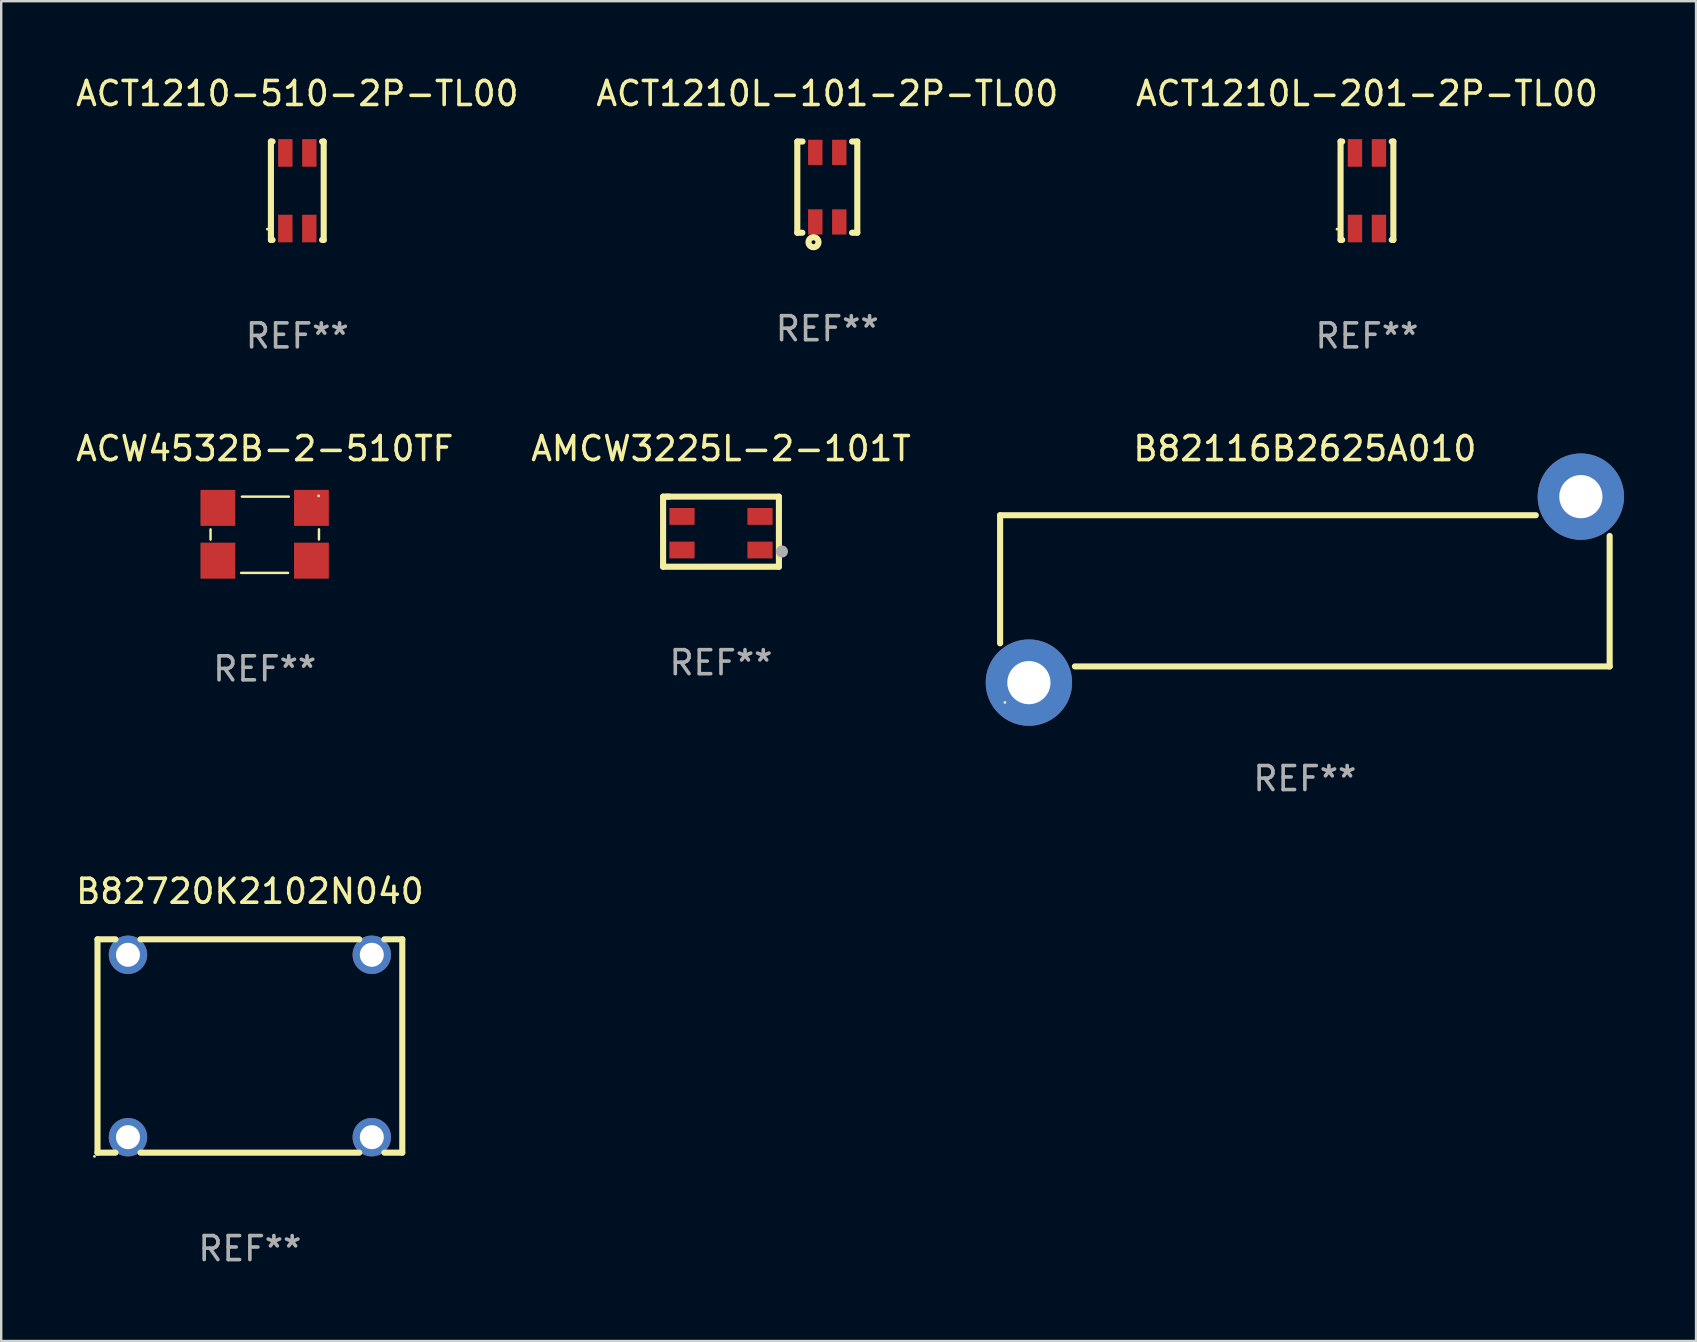
<source format=kicad_pcb>
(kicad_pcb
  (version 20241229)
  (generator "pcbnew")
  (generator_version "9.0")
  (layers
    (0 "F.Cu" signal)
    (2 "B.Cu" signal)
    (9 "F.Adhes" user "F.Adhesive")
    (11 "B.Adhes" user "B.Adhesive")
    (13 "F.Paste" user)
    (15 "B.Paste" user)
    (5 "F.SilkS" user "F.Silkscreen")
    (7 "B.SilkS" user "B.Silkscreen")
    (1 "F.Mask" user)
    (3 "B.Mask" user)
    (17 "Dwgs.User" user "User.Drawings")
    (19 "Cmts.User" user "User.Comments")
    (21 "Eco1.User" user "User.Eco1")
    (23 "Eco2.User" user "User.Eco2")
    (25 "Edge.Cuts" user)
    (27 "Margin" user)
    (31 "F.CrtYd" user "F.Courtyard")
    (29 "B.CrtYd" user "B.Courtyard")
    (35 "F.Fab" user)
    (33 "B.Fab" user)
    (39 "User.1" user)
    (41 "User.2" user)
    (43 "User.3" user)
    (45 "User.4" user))
  (footprint "AMCW3225L-2-101T"
    (layer "F.Cu")
    (at 26.994 19.105)
    (property "Reference" "AMCW3225L-2-101T" (at 0 -3.461 0) (layer "F.SilkS") (effects (font (size 1 1) (thickness 0.15))))
    (attr through_hole)
    (fp_line (start -2.413 -1.461) (end -2.159 -1.461) (stroke (width 0.254) (type solid)) (layer "F.SilkS"))
    (fp_line (start -2.413 1.461) (end -2.413 -1.461) (stroke (width 0.254) (type solid)) (layer "F.SilkS"))
    (fp_line (start -2.286 -1.461) (end 2.413 -1.461) (stroke (width 0.254) (type solid)) (layer "F.SilkS"))
    (fp_line (start 2.413 -1.461) (end 2.413 1.461) (stroke (width 0.254) (type solid)) (layer "F.SilkS"))
    (fp_line (start 2.413 1.461) (end -2.413 1.461) (stroke (width 0.254) (type solid)) (layer "F.SilkS"))
    (fp_circle (center 2.413 1.334) (end 2.443 1.334) (stroke (width 0.06) (type solid)) (fill no) (layer "F.SilkS"))
    (fp_circle (center 2.54 0.826) (end 2.667 0.826) (stroke (width 0.254) (type solid)) (fill no) (layer "F.Fab"))
    (fp_text user "REF**" (at 0 5.461 0) (layer "F.Fab") (effects (font (size 1 1) (thickness 0.15))))
    (pad "1" smd rect (at 1.625 0.764 180) (size 1.05 0.7) (layers "F.Cu" "F.Mask" "F.Paste"))
    (pad "2" smd rect (at -1.625 0.764 180) (size 1.05 0.7) (layers "F.Cu" "F.Mask" "F.Paste"))
    (pad "3" smd rect (at -1.625 -0.636 180) (size 1.05 0.7) (layers "F.Cu" "F.Mask" "F.Paste"))
    (pad "4" smd rect (at 1.625 -0.636 180) (size 1.05 0.7) (layers "F.Cu" "F.Mask" "F.Paste")))
  (footprint "B82116B2625A010"
    (layer "F.Cu")
    (at 51.324 21.52)
    (property "Reference" "B82116B2625A010" (at 0 -5.875 0) (layer "F.SilkS") (effects (font (size 1 1) (thickness 0.15))))
    (attr through_hole)
    (fp_line (start -12.7 -3.1) (end 9.623 -3.1) (stroke (width 0.254) (type solid)) (layer "F.SilkS"))
    (fp_line (start -12.7 2.237) (end -12.7 -3.1) (stroke (width 0.254) (type solid)) (layer "F.SilkS"))
    (fp_line (start 12.7 -2.237) (end 12.7 3.2) (stroke (width 0.254) (type solid)) (layer "F.SilkS"))
    (fp_line (start 12.7 3.2) (end -9.584 3.2) (stroke (width 0.254) (type solid)) (layer "F.SilkS"))
    (fp_circle (center -12.5 4.7) (end -12.47 4.7) (stroke (width 0.06) (type solid)) (fill no) (layer "F.SilkS"))
    (fp_text user "REF**" (at 0 7.875 0) (layer "F.Fab") (effects (font (size 1 1) (thickness 0.15))))
    (pad "1" thru_hole circle (at -11.5 3.875) (size 3.6 3.6) (drill 1.8) (layers "*.Cu" "*.Mask"))
    (pad "2" thru_hole circle (at 11.5 -3.875) (size 3.6 3.6) (drill 1.8) (layers "*.Cu" "*.Mask")))
  (footprint "ACW4532B-2-510TF"
    (layer "F.Cu")
    (at 7.982 19.234)
    (property "Reference" "ACW4532B-2-510TF" (at 0 -3.589 0) (layer "F.SilkS") (effects (font (size 1 1) (thickness 0.15))))
    (attr through_hole)
    (fp_line (start -2.259 -0.226) (end -2.259 0.201) (stroke (width 0.102) (type solid)) (layer "F.SilkS"))
    (fp_line (start -0.986 1.589) (end 0.972 1.589) (stroke (width 0.102) (type solid)) (layer "F.SilkS"))
    (fp_line (start -0.954 -1.589) (end 1.004 -1.589) (stroke (width 0.102) (type solid)) (layer "F.SilkS"))
    (fp_line (start 2.259 -0.229) (end 2.259 0.198) (stroke (width 0.102) (type solid)) (layer "F.SilkS"))
    (fp_circle (center 2.246 -1.621) (end 2.276 -1.621) (stroke (width 0.06) (type solid)) (fill no) (layer "F.SilkS"))
    (fp_text user "REF**" (at 0 5.589 0) (layer "F.Fab") (effects (font (size 1 1) (thickness 0.15))))
    (pad "1" smd rect (at 1.946 -1.121 180) (size 1.45 1.5) (layers "F.Cu" "F.Mask" "F.Paste"))
    (pad "2" smd rect (at -1.953 -1.121 180) (size 1.45 1.5) (layers "F.Cu" "F.Mask" "F.Paste"))
    (pad "3" smd rect (at 1.946 1.079 180) (size 1.45 1.5) (layers "F.Cu" "F.Mask" "F.Paste"))
    (pad "4" smd rect (at -1.953 1.079 180) (size 1.45 1.5) (layers "F.Cu" "F.Mask" "F.Paste")))
  (footprint "B82720K2102N040"
    (layer "F.Cu")
    (at 7.363 40.536)
    (property "Reference" "B82720K2102N040" (at 0 -6.445 0) (layer "F.SilkS") (effects (font (size 1 1) (thickness 0.15))))
    (attr through_hole)
    (fp_line (start -6.35 -4.445) (end -5.602 -4.445) (stroke (width 0.254) (type solid)) (layer "F.SilkS"))
    (fp_line (start -6.35 4.445) (end -6.35 -4.445) (stroke (width 0.254) (type solid)) (layer "F.SilkS"))
    (fp_line (start -5.602 4.445) (end -6.35 4.445) (stroke (width 0.254) (type solid)) (layer "F.SilkS"))
    (fp_line (start -4.558 -4.445) (end 4.558 -4.445) (stroke (width 0.254) (type solid)) (layer "F.SilkS"))
    (fp_line (start 4.558 4.445) (end -4.558 4.445) (stroke (width 0.254) (type solid)) (layer "F.SilkS"))
    (fp_line (start 5.602 -4.445) (end 6.35 -4.445) (stroke (width 0.254) (type solid)) (layer "F.SilkS"))
    (fp_line (start 6.35 -4.445) (end 6.35 4.445) (stroke (width 0.254) (type solid)) (layer "F.SilkS"))
    (fp_line (start 6.35 4.445) (end 5.602 4.445) (stroke (width 0.254) (type solid)) (layer "F.SilkS"))
    (fp_circle (center -6.477 4.6) (end -6.447 4.6) (stroke (width 0.06) (type solid)) (fill no) (layer "F.SilkS"))
    (fp_text user "REF**" (at 0 8.445 0) (layer "F.Fab") (effects (font (size 1 1) (thickness 0.15))))
    (pad "1" thru_hole circle (at -5.08 3.8) (size 1.6 1.6) (drill 1) (layers "*.Cu" "*.Mask"))
    (pad "2" thru_hole circle (at 5.08 3.8) (size 1.6 1.6) (drill 1) (layers "*.Cu" "*.Mask"))
    (pad "3" thru_hole circle (at 5.08 -3.8) (size 1.6 1.6) (drill 1) (layers "*.Cu" "*.Mask"))
    (pad "4" thru_hole circle (at -5.08 -3.8) (size 1.6 1.6) (drill 1) (layers "*.Cu" "*.Mask")))
  (footprint "ACT1210L-201-2P-TL00"
    (layer "F.Cu")
    (at 53.911 4.898)
    (property "Reference" "ACT1210L-201-2P-TL00" (at 0 -4.05 0) (layer "F.SilkS") (effects (font (size 1 1) (thickness 0.15))))
    (attr through_hole)
    (fp_line (start -1.1 -2.05) (end -1.1 2.05) (stroke (width 0.254) (type solid)) (layer "F.SilkS"))
    (fp_line (start -1.1 -2.05) (end -1.031 -2.05) (stroke (width 0.254) (type solid)) (layer "F.SilkS"))
    (fp_line (start -1.1 2.05) (end -1.031 2.05) (stroke (width 0.254) (type solid)) (layer "F.SilkS"))
    (fp_line (start 1.031 -2.05) (end 1.1 -2.05) (stroke (width 0.254) (type solid)) (layer "F.SilkS"))
    (fp_line (start 1.031 2.05) (end 1.1 2.05) (stroke (width 0.254) (type solid)) (layer "F.SilkS"))
    (fp_line (start 1.1 2.05) (end 1.1 -2.05) (stroke (width 0.254) (type solid)) (layer "F.SilkS"))
    (fp_circle (center -1.25 1.6) (end -1.22 1.6) (stroke (width 0.06) (type solid)) (fill no) (layer "F.SilkS"))
    (fp_text user "REF**" (at 0 6.05 0) (layer "F.Fab") (effects (font (size 1 1) (thickness 0.15))))
    (pad "1" smd rect (at -0.5 1.575) (size 0.6 1.15) (layers "F.Cu" "F.Mask" "F.Paste"))
    (pad "2" smd rect (at 0.5 1.575) (size 0.6 1.15) (layers "F.Cu" "F.Mask" "F.Paste"))
    (pad "3" smd rect (at 0.5 -1.575) (size 0.6 1.15) (layers "F.Cu" "F.Mask" "F.Paste"))
    (pad "4" smd rect (at -0.5 -1.575) (size 0.6 1.15) (layers "F.Cu" "F.Mask" "F.Paste")))
  (footprint "ACT1210L-101-2P-TL00"
    (layer "F.Cu")
    (at 31.423 4.748)
    (property "Reference" "ACT1210L-101-2P-TL00" (at 0 -3.9 0) (layer "F.SilkS") (effects (font (size 1 1) (thickness 0.15))))
    (attr through_hole)
    (fp_line (start -1.25 -1.9) (end -1.031 -1.9) (stroke (width 0.254) (type solid)) (layer "F.SilkS"))
    (fp_line (start -1.25 1.9) (end -1.25 -1.9) (stroke (width 0.254) (type solid)) (layer "F.SilkS"))
    (fp_line (start -1.039 1.9) (end -1.25 1.9) (stroke (width 0.254) (type solid)) (layer "F.SilkS"))
    (fp_line (start 1.031 -1.9) (end 1.25 -1.9) (stroke (width 0.254) (type solid)) (layer "F.SilkS"))
    (fp_line (start 1.25 -1.9) (end 1.25 1.9) (stroke (width 0.254) (type solid)) (layer "F.SilkS"))
    (fp_line (start 1.25 1.9) (end 1.031 1.9) (stroke (width 0.254) (type solid)) (layer "F.SilkS"))
    (fp_circle (center -1.25 1.95) (end -1.22 1.95) (stroke (width 0.06) (type solid)) (fill no) (layer "F.SilkS"))
    (fp_circle (center -0.575 2.295) (end -0.494 2.295) (stroke (width 0.254) (type solid)) (fill no) (layer "F.SilkS"))
    (fp_text user "REF**" (at 0 5.9 0) (layer "F.Fab") (effects (font (size 1 1) (thickness 0.15))))
    (pad "1" smd rect (at -0.5 1.45 90) (size 1.05 0.6) (layers "F.Cu" "F.Mask" "F.Paste"))
    (pad "2" smd rect (at 0.5 1.45 90) (size 1.05 0.6) (layers "F.Cu" "F.Mask" "F.Paste"))
    (pad "3" smd rect (at 0.5 -1.45 90) (size 1.05 0.6) (layers "F.Cu" "F.Mask" "F.Paste"))
    (pad "4" smd rect (at -0.5 -1.45 90) (size 1.05 0.6) (layers "F.Cu" "F.Mask" "F.Paste")))
  (footprint "ACT1210-510-2P-TL00"
    (layer "F.Cu")
    (at 9.339 4.898)
    (property "Reference" "ACT1210-510-2P-TL00" (at 0 -4.05 0) (layer "F.SilkS") (effects (font (size 1 1) (thickness 0.15))))
    (attr through_hole)
    (fp_line (start -1.1 -2.05) (end -1.1 2.05) (stroke (width 0.254) (type solid)) (layer "F.SilkS"))
    (fp_line (start -1.1 -2.05) (end -1.031 -2.05) (stroke (width 0.254) (type solid)) (layer "F.SilkS"))
    (fp_line (start -1.1 2.05) (end -1.031 2.05) (stroke (width 0.254) (type solid)) (layer "F.SilkS"))
    (fp_line (start 1.031 -2.05) (end 1.1 -2.05) (stroke (width 0.254) (type solid)) (layer "F.SilkS"))
    (fp_line (start 1.031 2.05) (end 1.1 2.05) (stroke (width 0.254) (type solid)) (layer "F.SilkS"))
    (fp_line (start 1.1 2.05) (end 1.1 -2.05) (stroke (width 0.254) (type solid)) (layer "F.SilkS"))
    (fp_circle (center -1.25 1.6) (end -1.22 1.6) (stroke (width 0.06) (type solid)) (fill no) (layer "F.SilkS"))
    (fp_text user "REF**" (at 0 6.05 0) (layer "F.Fab") (effects (font (size 1 1) (thickness 0.15))))
    (pad "1" smd rect (at -0.5 1.575) (size 0.6 1.15) (layers "F.Cu" "F.Mask" "F.Paste"))
    (pad "2" smd rect (at 0.5 1.575) (size 0.6 1.15) (layers "F.Cu" "F.Mask" "F.Paste"))
    (pad "3" smd rect (at 0.5 -1.575) (size 0.6 1.15) (layers "F.Cu" "F.Mask" "F.Paste"))
    (pad "4" smd rect (at -0.5 -1.575) (size 0.6 1.15) (layers "F.Cu" "F.Mask" "F.Paste")))
  (gr_rect
    (start -3 -3)
    (end 67.624 52.83)
    (stroke (width 0.1) (type default))
    (fill no)
    (layer "Edge.Cuts")))
</source>
